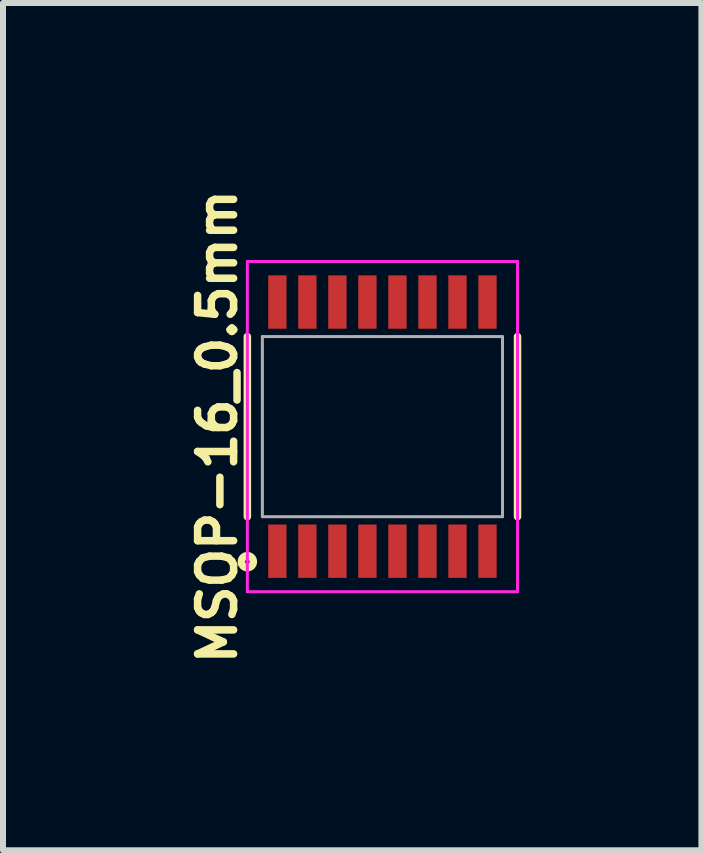
<source format=kicad_pcb>
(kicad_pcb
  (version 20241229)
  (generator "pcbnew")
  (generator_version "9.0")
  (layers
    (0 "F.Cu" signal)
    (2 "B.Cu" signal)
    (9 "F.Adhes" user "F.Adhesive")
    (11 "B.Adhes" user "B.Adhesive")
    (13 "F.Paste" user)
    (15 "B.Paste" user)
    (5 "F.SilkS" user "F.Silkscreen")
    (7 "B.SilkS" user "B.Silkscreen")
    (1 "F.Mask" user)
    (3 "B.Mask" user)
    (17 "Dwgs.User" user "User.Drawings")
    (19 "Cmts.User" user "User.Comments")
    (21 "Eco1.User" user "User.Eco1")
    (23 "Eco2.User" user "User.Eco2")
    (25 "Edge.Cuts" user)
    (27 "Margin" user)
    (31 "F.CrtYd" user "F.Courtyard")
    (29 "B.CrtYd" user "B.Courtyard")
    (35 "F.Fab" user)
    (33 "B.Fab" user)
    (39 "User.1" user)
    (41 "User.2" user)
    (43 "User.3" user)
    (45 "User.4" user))
  (footprint "MSOP-16_0.5mm"
    (layer "F.Cu")
    (at 3.32 4.056)
    (property "Reference" "MSOP-16_0.5mm" (at -2.75 0 90) (layer "F.SilkS") (effects (font (size 0.6 0.6) (thickness 0.125))))
    (attr smd)
    (fp_line (start -2.25 -1.5) (end -2.25 1.5) (stroke (width 0.125) (type solid)) (layer "F.SilkS"))
    (fp_line (start 2.25 -1.5) (end 2.25 1.5) (stroke (width 0.125) (type solid)) (layer "F.SilkS"))
    (fp_circle (center -2.25 2.25) (end -2.35 2.25) (stroke (width 0.125) (type solid)) (fill no) (layer "F.SilkS"))
    (fp_line (start -2.25 -2.75) (end -2.25 2.75) (stroke (width 0.05) (type solid)) (layer "F.CrtYd"))
    (fp_line (start -2.25 2.75) (end 2.25 2.75) (stroke (width 0.05) (type solid)) (layer "F.CrtYd"))
    (fp_line (start 2.25 -2.75) (end -2.25 -2.75) (stroke (width 0.05) (type solid)) (layer "F.CrtYd"))
    (fp_line (start 2.25 2.75) (end 2.25 -2.75) (stroke (width 0.05) (type solid)) (layer "F.CrtYd"))
    (fp_line (start -2 -1.5) (end 2 -1.5) (stroke (width 0.05) (type solid)) (layer "F.Fab"))
    (fp_line (start -2 1.5) (end -2 -1.5) (stroke (width 0.05) (type solid)) (layer "F.Fab"))
    (fp_line (start 2 -1.5) (end 2 1.5) (stroke (width 0.05) (type solid)) (layer "F.Fab"))
    (fp_line (start 2 1.5) (end -2 1.5) (stroke (width 0.05) (type solid)) (layer "F.Fab"))
    (pad "1" smd rect (at -1.75 2.075) (size 0.305 0.889) (layers "F.Cu" "F.Mask" "F.Paste"))
    (pad "2" smd rect (at -1.25 2.075) (size 0.305 0.889) (layers "F.Cu" "F.Mask" "F.Paste"))
    (pad "3" smd rect (at -0.75 2.075) (size 0.305 0.889) (layers "F.Cu" "F.Mask" "F.Paste"))
    (pad "4" smd rect (at -0.25 2.075) (size 0.305 0.889) (layers "F.Cu" "F.Mask" "F.Paste"))
    (pad "5" smd rect (at 0.25 2.075) (size 0.305 0.889) (layers "F.Cu" "F.Mask" "F.Paste"))
    (pad "6" smd rect (at 0.75 2.075) (size 0.305 0.889) (layers "F.Cu" "F.Mask" "F.Paste"))
    (pad "7" smd rect (at 1.25 2.075) (size 0.305 0.889) (layers "F.Cu" "F.Mask" "F.Paste"))
    (pad "8" smd rect (at 1.75 2.075) (size 0.305 0.889) (layers "F.Cu" "F.Mask" "F.Paste"))
    (pad "9" smd rect (at 1.75 -2.075) (size 0.305 0.889) (layers "F.Cu" "F.Mask" "F.Paste"))
    (pad "10" smd rect (at 1.25 -2.075) (size 0.305 0.889) (layers "F.Cu" "F.Mask" "F.Paste"))
    (pad "11" smd rect (at 0.75 -2.075) (size 0.305 0.889) (layers "F.Cu" "F.Mask" "F.Paste"))
    (pad "12" smd rect (at 0.25 -2.075) (size 0.305 0.889) (layers "F.Cu" "F.Mask" "F.Paste"))
    (pad "13" smd rect (at -0.25 -2.075) (size 0.305 0.889) (layers "F.Cu" "F.Mask" "F.Paste"))
    (pad "14" smd rect (at -0.75 -2.075) (size 0.305 0.889) (layers "F.Cu" "F.Mask" "F.Paste"))
    (pad "15" smd rect (at -1.25 -2.075) (size 0.305 0.889) (layers "F.Cu" "F.Mask" "F.Paste"))
    (pad "16" smd rect (at -1.75 -2.075) (size 0.305 0.889) (layers "F.Cu" "F.Mask" "F.Paste")))
  (gr_rect
    (start -3 -3)
    (end 8.633 11.112)
    (stroke (width 0.1) (type default))
    (fill no)
    (layer "Edge.Cuts")))
</source>
